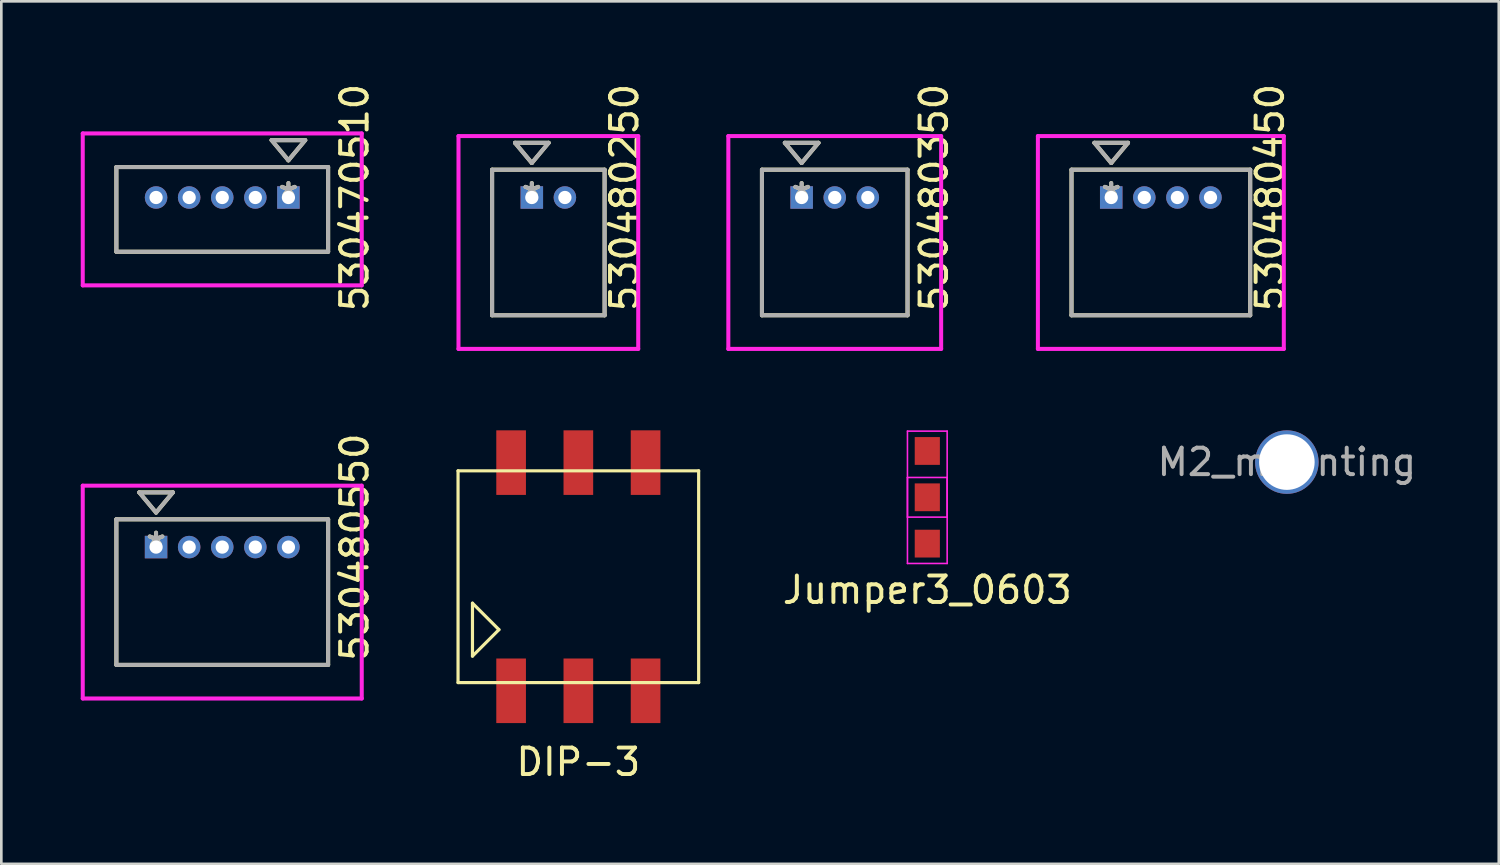
<source format=kicad_pcb>
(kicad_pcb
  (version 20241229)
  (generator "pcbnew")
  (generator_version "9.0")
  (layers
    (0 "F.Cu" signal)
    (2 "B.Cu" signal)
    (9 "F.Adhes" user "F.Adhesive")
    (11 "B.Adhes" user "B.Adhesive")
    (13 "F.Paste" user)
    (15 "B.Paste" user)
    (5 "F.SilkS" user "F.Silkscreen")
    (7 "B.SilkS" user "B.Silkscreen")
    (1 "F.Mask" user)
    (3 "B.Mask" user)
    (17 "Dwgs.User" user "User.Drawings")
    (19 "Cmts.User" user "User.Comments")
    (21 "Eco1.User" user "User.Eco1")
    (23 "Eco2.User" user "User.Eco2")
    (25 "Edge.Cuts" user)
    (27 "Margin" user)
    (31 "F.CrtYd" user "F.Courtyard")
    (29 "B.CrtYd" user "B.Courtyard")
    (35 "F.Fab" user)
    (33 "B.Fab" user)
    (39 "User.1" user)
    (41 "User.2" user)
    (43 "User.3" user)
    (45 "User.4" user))
  (footprint "M2_mounting"
    (layer "F.Cu")
    (at 45.565 14.407)
    (property "Reference" "M2_mounting" (at 0 0 0) (layer "F.Fab") (effects (font (size 1 1) (thickness 0.15))))
    (attr through_hole)
    (pad "" np_thru_hole circle (at 0 0) (size 2.4 2.4) (drill 2.1) (layers "*.Cu" "*.Mask")))
  (footprint "530480350"
    (layer "F.Cu")
    (at 27.235 4.411)
    (property "Reference" "530480350" (at 5 0 90) (layer "F.SilkS") (effects (font (size 1 1) (thickness 0.15))))
    (attr through_hole)
    (fp_line (start -1.5 -1.05) (end -1.5 4.45) (stroke (width 0.152) (type solid)) (layer "F.SilkS"))
    (fp_line (start -1.5 4.45) (end 4 4.45) (stroke (width 0.152) (type solid)) (layer "F.SilkS"))
    (fp_line (start -0.635 -2.066) (end 0 -1.304) (stroke (width 0.152) (type solid)) (layer "F.SilkS"))
    (fp_line (start 0 -1.304) (end 0.635 -2.066) (stroke (width 0.152) (type solid)) (layer "F.SilkS"))
    (fp_line (start 0.635 -2.066) (end -0.635 -2.066) (stroke (width 0.152) (type solid)) (layer "F.SilkS"))
    (fp_line (start 4 -1.05) (end -1.5 -1.05) (stroke (width 0.152) (type solid)) (layer "F.SilkS"))
    (fp_line (start 4 4.45) (end 4 -1.05) (stroke (width 0.152) (type solid)) (layer "F.SilkS"))
    (fp_line (start -2.77 -2.32) (end -2.77 5.72) (stroke (width 0.152) (type solid)) (layer "F.CrtYd"))
    (fp_line (start -2.77 5.72) (end 5.27 5.72) (stroke (width 0.152) (type solid)) (layer "F.CrtYd"))
    (fp_line (start 5.27 -2.32) (end -2.77 -2.32) (stroke (width 0.152) (type solid)) (layer "F.CrtYd"))
    (fp_line (start 5.27 5.72) (end 5.27 -2.32) (stroke (width 0.152) (type solid)) (layer "F.CrtYd"))
    (fp_line (start -1.5 -1.05) (end -1.5 4.45) (stroke (width 0.152) (type solid)) (layer "F.Fab"))
    (fp_line (start -1.5 4.45) (end 4 4.45) (stroke (width 0.152) (type solid)) (layer "F.Fab"))
    (fp_line (start -0.635 -2.066) (end 0 -1.304) (stroke (width 0.152) (type solid)) (layer "F.Fab"))
    (fp_line (start 0 -1.304) (end 0.635 -2.066) (stroke (width 0.152) (type solid)) (layer "F.Fab"))
    (fp_line (start 0.635 -2.066) (end -0.635 -2.066) (stroke (width 0.152) (type solid)) (layer "F.Fab"))
    (fp_line (start 4 -1.05) (end -1.5 -1.05) (stroke (width 0.152) (type solid)) (layer "F.Fab"))
    (fp_line (start 4 4.45) (end 4 -1.05) (stroke (width 0.152) (type solid)) (layer "F.Fab"))
    (fp_text user "*" (at 0 0 0) (layer "F.SilkS") (effects (font (size 1 1) (thickness 0.15))))
    (fp_text user "*" (at 0 0 0) (layer "F.Fab") (effects (font (size 1 1) (thickness 0.15))))
    (pad "1" thru_hole rect (at 0 0) (size 0.85 0.85) (drill 0.5) (layers "*.Cu" "*.Mask"))
    (pad "2" thru_hole circle (at 1.25 0) (size 0.85 0.85) (drill 0.5) (layers "*.Cu" "*.Mask"))
    (pad "3" thru_hole circle (at 2.5 0) (size 0.85 0.85) (drill 0.5) (layers "*.Cu" "*.Mask")))
  (footprint "Jumper3_0603"
    (layer "F.Cu")
    (at 31.982 15.737)
    (property "Reference" "Jumper3_0603" (at 0 3.5 0) (layer "F.SilkS") (effects (font (size 1 1) (thickness 0.15))))
    (attr through_hole)
    (fp_line (start -0.75 -2.5) (end -0.75 0.75) (stroke (width 0.06) (type solid)) (layer "F.CrtYd"))
    (fp_line (start -0.75 -2.5) (end 0.75 -2.5) (stroke (width 0.06) (type solid)) (layer "F.CrtYd"))
    (fp_line (start -0.75 -0.75) (end 0.75 -0.75) (stroke (width 0.06) (type solid)) (layer "F.CrtYd"))
    (fp_line (start -0.75 2.5) (end -0.75 -0.75) (stroke (width 0.06) (type solid)) (layer "F.CrtYd"))
    (fp_line (start 0.75 -2.5) (end 0.75 0.75) (stroke (width 0.06) (type solid)) (layer "F.CrtYd"))
    (fp_line (start 0.75 -0.75) (end 0.75 2.5) (stroke (width 0.06) (type solid)) (layer "F.CrtYd"))
    (fp_line (start 0.75 0.75) (end -0.75 0.75) (stroke (width 0.06) (type solid)) (layer "F.CrtYd"))
    (fp_line (start 0.75 2.5) (end -0.75 2.5) (stroke (width 0.06) (type solid)) (layer "F.CrtYd"))
    (pad "1" smd rect (at 0 -1.75) (size 0.95 1.05) (layers "F.Cu" "F.Mask" "F.Paste"))
    (pad "2" smd rect (at 0 1.75) (size 0.95 1.05) (layers "F.Cu" "F.Mask" "F.Paste"))
    (pad "3" smd rect (at 0 0) (size 0.95 1.05) (layers "F.Cu" "F.Mask" "F.Paste")))
  (footprint "530480550"
    (layer "F.Cu")
    (at 2.846 17.618)
    (property "Reference" "530480550" (at 7.5 0 90) (layer "F.SilkS") (effects (font (size 1 1) (thickness 0.15))))
    (attr through_hole)
    (fp_line (start -1.5 -1.05) (end -1.5 4.45) (stroke (width 0.152) (type solid)) (layer "F.SilkS"))
    (fp_line (start -1.5 4.45) (end 6.5 4.45) (stroke (width 0.152) (type solid)) (layer "F.SilkS"))
    (fp_line (start -0.635 -2.066) (end 0 -1.304) (stroke (width 0.152) (type solid)) (layer "F.SilkS"))
    (fp_line (start 0 -1.304) (end 0.635 -2.066) (stroke (width 0.152) (type solid)) (layer "F.SilkS"))
    (fp_line (start 0.635 -2.066) (end -0.635 -2.066) (stroke (width 0.152) (type solid)) (layer "F.SilkS"))
    (fp_line (start 6.5 -1.05) (end -1.5 -1.05) (stroke (width 0.152) (type solid)) (layer "F.SilkS"))
    (fp_line (start 6.5 4.45) (end 6.5 -1.05) (stroke (width 0.152) (type solid)) (layer "F.SilkS"))
    (fp_line (start -2.77 -2.32) (end -2.77 5.72) (stroke (width 0.152) (type solid)) (layer "F.CrtYd"))
    (fp_line (start -2.77 5.72) (end 7.77 5.72) (stroke (width 0.152) (type solid)) (layer "F.CrtYd"))
    (fp_line (start 7.77 -2.32) (end -2.77 -2.32) (stroke (width 0.152) (type solid)) (layer "F.CrtYd"))
    (fp_line (start 7.77 5.72) (end 7.77 -2.32) (stroke (width 0.152) (type solid)) (layer "F.CrtYd"))
    (fp_line (start -1.5 -1.05) (end -1.5 4.45) (stroke (width 0.152) (type solid)) (layer "F.Fab"))
    (fp_line (start -1.5 4.45) (end 6.5 4.45) (stroke (width 0.152) (type solid)) (layer "F.Fab"))
    (fp_line (start -0.635 -2.066) (end 0 -1.304) (stroke (width 0.152) (type solid)) (layer "F.Fab"))
    (fp_line (start 0 -1.304) (end 0.635 -2.066) (stroke (width 0.152) (type solid)) (layer "F.Fab"))
    (fp_line (start 0.635 -2.066) (end -0.635 -2.066) (stroke (width 0.152) (type solid)) (layer "F.Fab"))
    (fp_line (start 6.5 -1.05) (end -1.5 -1.05) (stroke (width 0.152) (type solid)) (layer "F.Fab"))
    (fp_line (start 6.5 4.45) (end 6.5 -1.05) (stroke (width 0.152) (type solid)) (layer "F.Fab"))
    (fp_text user "*" (at 0 0 0) (layer "F.SilkS") (effects (font (size 1 1) (thickness 0.15))))
    (fp_text user "*" (at 0 0 0) (layer "F.Fab") (effects (font (size 1 1) (thickness 0.15))))
    (pad "1" thru_hole rect (at 0 0) (size 0.85 0.85) (drill 0.5) (layers "*.Cu" "*.Mask"))
    (pad "2" thru_hole circle (at 1.25 0) (size 0.85 0.85) (drill 0.5) (layers "*.Cu" "*.Mask"))
    (pad "3" thru_hole circle (at 2.5 0) (size 0.85 0.85) (drill 0.5) (layers "*.Cu" "*.Mask"))
    (pad "4" thru_hole circle (at 3.75 0) (size 0.85 0.85) (drill 0.5) (layers "*.Cu" "*.Mask"))
    (pad "5" thru_hole circle (at 5 0) (size 0.85 0.85) (drill 0.5) (layers "*.Cu" "*.Mask")))
  (footprint "DIP-3"
    (layer "F.Cu")
    (at 18.799 18.737)
    (property "Reference" "DIP-3" (at 0 7 0) (layer "F.SilkS") (effects (font (size 1 1) (thickness 0.15))))
    (attr through_hole)
    (fp_line (start -4.545 -4) (end -4.545 4) (stroke (width 0.12) (type solid)) (layer "F.SilkS"))
    (fp_line (start -4.545 -4) (end 4.545 -4) (stroke (width 0.12) (type solid)) (layer "F.SilkS"))
    (fp_line (start -4.545 4) (end 4.545 4) (stroke (width 0.12) (type solid)) (layer "F.SilkS"))
    (fp_line (start -4 1) (end -4 3) (stroke (width 0.12) (type solid)) (layer "F.SilkS"))
    (fp_line (start -4 3) (end -3 2) (stroke (width 0.12) (type solid)) (layer "F.SilkS"))
    (fp_line (start -3 2) (end -4 1) (stroke (width 0.12) (type solid)) (layer "F.SilkS"))
    (fp_line (start 4.545 -4) (end 4.545 4) (stroke (width 0.12) (type solid)) (layer "F.SilkS"))
    (pad "1" smd rect (at -2.54 4.31) (size 1.12 2.44) (layers "F.Cu" "F.Mask" "F.Paste"))
    (pad "2" smd rect (at 0 4.31) (size 1.12 2.44) (layers "F.Cu" "F.Mask" "F.Paste"))
    (pad "3" smd rect (at 2.54 4.31) (size 1.12 2.44) (layers "F.Cu" "F.Mask" "F.Paste"))
    (pad "4" smd rect (at 2.54 -4.31) (size 1.12 2.44) (layers "F.Cu" "F.Mask" "F.Paste"))
    (pad "5" smd rect (at 0 -4.31) (size 1.12 2.44) (layers "F.Cu" "F.Mask" "F.Paste"))
    (pad "6" smd rect (at -2.54 -4.31) (size 1.12 2.44) (layers "F.Cu" "F.Mask" "F.Paste")))
  (footprint "530470510"
    (layer "F.Cu")
    (at 7.846 4.411)
    (property "Reference" "530470510" (at 2.5 0 90) (layer "F.SilkS") (effects (font (size 1 1) (thickness 0.15))))
    (attr through_hole)
    (fp_line (start -6.5 -1.15) (end -6.5 2.05) (stroke (width 0.152) (type solid)) (layer "F.SilkS"))
    (fp_line (start -6.5 2.05) (end 1.5 2.05) (stroke (width 0.152) (type solid)) (layer "F.SilkS"))
    (fp_line (start -0.635 -2.166) (end 0 -1.404) (stroke (width 0.152) (type solid)) (layer "F.SilkS"))
    (fp_line (start 0 -1.404) (end 0.635 -2.166) (stroke (width 0.152) (type solid)) (layer "F.SilkS"))
    (fp_line (start 0.635 -2.166) (end -0.635 -2.166) (stroke (width 0.152) (type solid)) (layer "F.SilkS"))
    (fp_line (start 1.5 -1.15) (end -6.5 -1.15) (stroke (width 0.152) (type solid)) (layer "F.SilkS"))
    (fp_line (start 1.5 2.05) (end 1.5 -1.15) (stroke (width 0.152) (type solid)) (layer "F.SilkS"))
    (fp_line (start -7.77 -2.42) (end -7.77 3.32) (stroke (width 0.152) (type solid)) (layer "F.CrtYd"))
    (fp_line (start -7.77 3.32) (end 2.77 3.32) (stroke (width 0.152) (type solid)) (layer "F.CrtYd"))
    (fp_line (start 2.77 -2.42) (end -7.77 -2.42) (stroke (width 0.152) (type solid)) (layer "F.CrtYd"))
    (fp_line (start 2.77 3.32) (end 2.77 -2.42) (stroke (width 0.152) (type solid)) (layer "F.CrtYd"))
    (fp_line (start -6.5 -1.15) (end -6.5 2.05) (stroke (width 0.152) (type solid)) (layer "F.Fab"))
    (fp_line (start -6.5 2.05) (end 1.5 2.05) (stroke (width 0.152) (type solid)) (layer "F.Fab"))
    (fp_line (start -0.635 -2.166) (end 0 -1.404) (stroke (width 0.152) (type solid)) (layer "F.Fab"))
    (fp_line (start 0 -1.404) (end 0.635 -2.166) (stroke (width 0.152) (type solid)) (layer "F.Fab"))
    (fp_line (start 0.635 -2.166) (end -0.635 -2.166) (stroke (width 0.152) (type solid)) (layer "F.Fab"))
    (fp_line (start 1.5 -1.15) (end -6.5 -1.15) (stroke (width 0.152) (type solid)) (layer "F.Fab"))
    (fp_line (start 1.5 2.05) (end 1.5 -1.15) (stroke (width 0.152) (type solid)) (layer "F.Fab"))
    (fp_text user "*" (at 0 0 0) (layer "F.SilkS") (effects (font (size 1 1) (thickness 0.15))))
    (fp_text user "*" (at 0 0 0) (layer "F.Fab") (effects (font (size 1 1) (thickness 0.15))))
    (pad "1" thru_hole rect (at 0 0) (size 0.85 0.85) (drill 0.5) (layers "*.Cu" "*.Mask"))
    (pad "2" thru_hole circle (at -1.25 0) (size 0.85 0.85) (drill 0.5) (layers "*.Cu" "*.Mask"))
    (pad "3" thru_hole circle (at -2.5 0) (size 0.85 0.85) (drill 0.5) (layers "*.Cu" "*.Mask"))
    (pad "4" thru_hole circle (at -3.75 0) (size 0.85 0.85) (drill 0.5) (layers "*.Cu" "*.Mask"))
    (pad "5" thru_hole circle (at -5 0) (size 0.85 0.85) (drill 0.5) (layers "*.Cu" "*.Mask")))
  (footprint "530480450"
    (layer "F.Cu")
    (at 38.93 4.411)
    (property "Reference" "530480450" (at 6 0 90) (layer "F.SilkS") (effects (font (size 1 1) (thickness 0.15))))
    (attr through_hole)
    (fp_line (start -1.5 -1.05) (end -1.5 4.45) (stroke (width 0.152) (type solid)) (layer "F.SilkS"))
    (fp_line (start -1.5 4.45) (end 5.25 4.45) (stroke (width 0.152) (type solid)) (layer "F.SilkS"))
    (fp_line (start -0.635 -2.066) (end 0 -1.304) (stroke (width 0.152) (type solid)) (layer "F.SilkS"))
    (fp_line (start 0 -1.304) (end 0.635 -2.066) (stroke (width 0.152) (type solid)) (layer "F.SilkS"))
    (fp_line (start 0.635 -2.066) (end -0.635 -2.066) (stroke (width 0.152) (type solid)) (layer "F.SilkS"))
    (fp_line (start 5.25 -1.05) (end -1.5 -1.05) (stroke (width 0.152) (type solid)) (layer "F.SilkS"))
    (fp_line (start 5.25 4.45) (end 5.25 -1.05) (stroke (width 0.152) (type solid)) (layer "F.SilkS"))
    (fp_line (start -2.77 -2.32) (end -2.77 5.72) (stroke (width 0.152) (type solid)) (layer "F.CrtYd"))
    (fp_line (start -2.77 5.72) (end 6.52 5.72) (stroke (width 0.152) (type solid)) (layer "F.CrtYd"))
    (fp_line (start 6.52 -2.32) (end -2.77 -2.32) (stroke (width 0.152) (type solid)) (layer "F.CrtYd"))
    (fp_line (start 6.52 5.72) (end 6.52 -2.32) (stroke (width 0.152) (type solid)) (layer "F.CrtYd"))
    (fp_line (start -1.5 -1.05) (end -1.5 4.45) (stroke (width 0.152) (type solid)) (layer "F.Fab"))
    (fp_line (start -1.5 4.45) (end 5.25 4.45) (stroke (width 0.152) (type solid)) (layer "F.Fab"))
    (fp_line (start -0.635 -2.066) (end 0 -1.304) (stroke (width 0.152) (type solid)) (layer "F.Fab"))
    (fp_line (start 0 -1.304) (end 0.635 -2.066) (stroke (width 0.152) (type solid)) (layer "F.Fab"))
    (fp_line (start 0.635 -2.066) (end -0.635 -2.066) (stroke (width 0.152) (type solid)) (layer "F.Fab"))
    (fp_line (start 5.25 -1.05) (end -1.5 -1.05) (stroke (width 0.152) (type solid)) (layer "F.Fab"))
    (fp_line (start 5.25 4.45) (end 5.25 -1.05) (stroke (width 0.152) (type solid)) (layer "F.Fab"))
    (fp_text user "*" (at 0 0 0) (layer "F.SilkS") (effects (font (size 1 1) (thickness 0.15))))
    (fp_text user "*" (at 0 0 0) (layer "F.Fab") (effects (font (size 1 1) (thickness 0.15))))
    (pad "1" thru_hole rect (at 0 0) (size 0.85 0.85) (drill 0.5) (layers "*.Cu" "*.Mask"))
    (pad "2" thru_hole circle (at 1.25 0) (size 0.85 0.85) (drill 0.5) (layers "*.Cu" "*.Mask"))
    (pad "3" thru_hole circle (at 2.5 0) (size 0.85 0.85) (drill 0.5) (layers "*.Cu" "*.Mask"))
    (pad "4" thru_hole circle (at 3.75 0) (size 0.85 0.85) (drill 0.5) (layers "*.Cu" "*.Mask")))
  (footprint "530480250"
    (layer "F.Cu")
    (at 17.041 4.411)
    (property "Reference" "530480250" (at 3.5 0 90) (layer "F.SilkS") (effects (font (size 1 1) (thickness 0.15))))
    (attr through_hole)
    (fp_line (start -1.5 -1.05) (end -1.5 4.45) (stroke (width 0.152) (type solid)) (layer "F.SilkS"))
    (fp_line (start -1.5 4.45) (end 2.75 4.45) (stroke (width 0.152) (type solid)) (layer "F.SilkS"))
    (fp_line (start -0.635 -2.066) (end 0 -1.304) (stroke (width 0.152) (type solid)) (layer "F.SilkS"))
    (fp_line (start 0 -1.304) (end 0.635 -2.066) (stroke (width 0.152) (type solid)) (layer "F.SilkS"))
    (fp_line (start 0.635 -2.066) (end -0.635 -2.066) (stroke (width 0.152) (type solid)) (layer "F.SilkS"))
    (fp_line (start 2.75 -1.05) (end -1.5 -1.05) (stroke (width 0.152) (type solid)) (layer "F.SilkS"))
    (fp_line (start 2.75 4.45) (end 2.75 -1.05) (stroke (width 0.152) (type solid)) (layer "F.SilkS"))
    (fp_line (start -2.77 -2.32) (end -2.77 5.72) (stroke (width 0.152) (type solid)) (layer "F.CrtYd"))
    (fp_line (start -2.77 5.72) (end 4.02 5.72) (stroke (width 0.152) (type solid)) (layer "F.CrtYd"))
    (fp_line (start 4.02 -2.32) (end -2.77 -2.32) (stroke (width 0.152) (type solid)) (layer "F.CrtYd"))
    (fp_line (start 4.02 5.72) (end 4.02 -2.32) (stroke (width 0.152) (type solid)) (layer "F.CrtYd"))
    (fp_line (start -1.5 -1.05) (end -1.5 4.45) (stroke (width 0.152) (type solid)) (layer "F.Fab"))
    (fp_line (start -1.5 4.45) (end 2.75 4.45) (stroke (width 0.152) (type solid)) (layer "F.Fab"))
    (fp_line (start -0.635 -2.066) (end 0 -1.304) (stroke (width 0.152) (type solid)) (layer "F.Fab"))
    (fp_line (start 0 -1.304) (end 0.635 -2.066) (stroke (width 0.152) (type solid)) (layer "F.Fab"))
    (fp_line (start 0.635 -2.066) (end -0.635 -2.066) (stroke (width 0.152) (type solid)) (layer "F.Fab"))
    (fp_line (start 2.75 -1.05) (end -1.5 -1.05) (stroke (width 0.152) (type solid)) (layer "F.Fab"))
    (fp_line (start 2.75 4.45) (end 2.75 -1.05) (stroke (width 0.152) (type solid)) (layer "F.Fab"))
    (fp_text user "*" (at 0 0 0) (layer "F.SilkS") (effects (font (size 1 1) (thickness 0.15))))
    (fp_text user "*" (at 0 0 0) (layer "F.Fab") (effects (font (size 1 1) (thickness 0.15))))
    (pad "1" thru_hole rect (at 0 0) (size 0.85 0.85) (drill 0.5) (layers "*.Cu" "*.Mask"))
    (pad "2" thru_hole circle (at 1.25 0) (size 0.85 0.85) (drill 0.5) (layers "*.Cu" "*.Mask")))
  (gr_rect
    (start -3 -3)
    (end 53.571 29.585)
    (stroke (width 0.1) (type default))
    (fill no)
    (layer "Edge.Cuts")))
</source>
